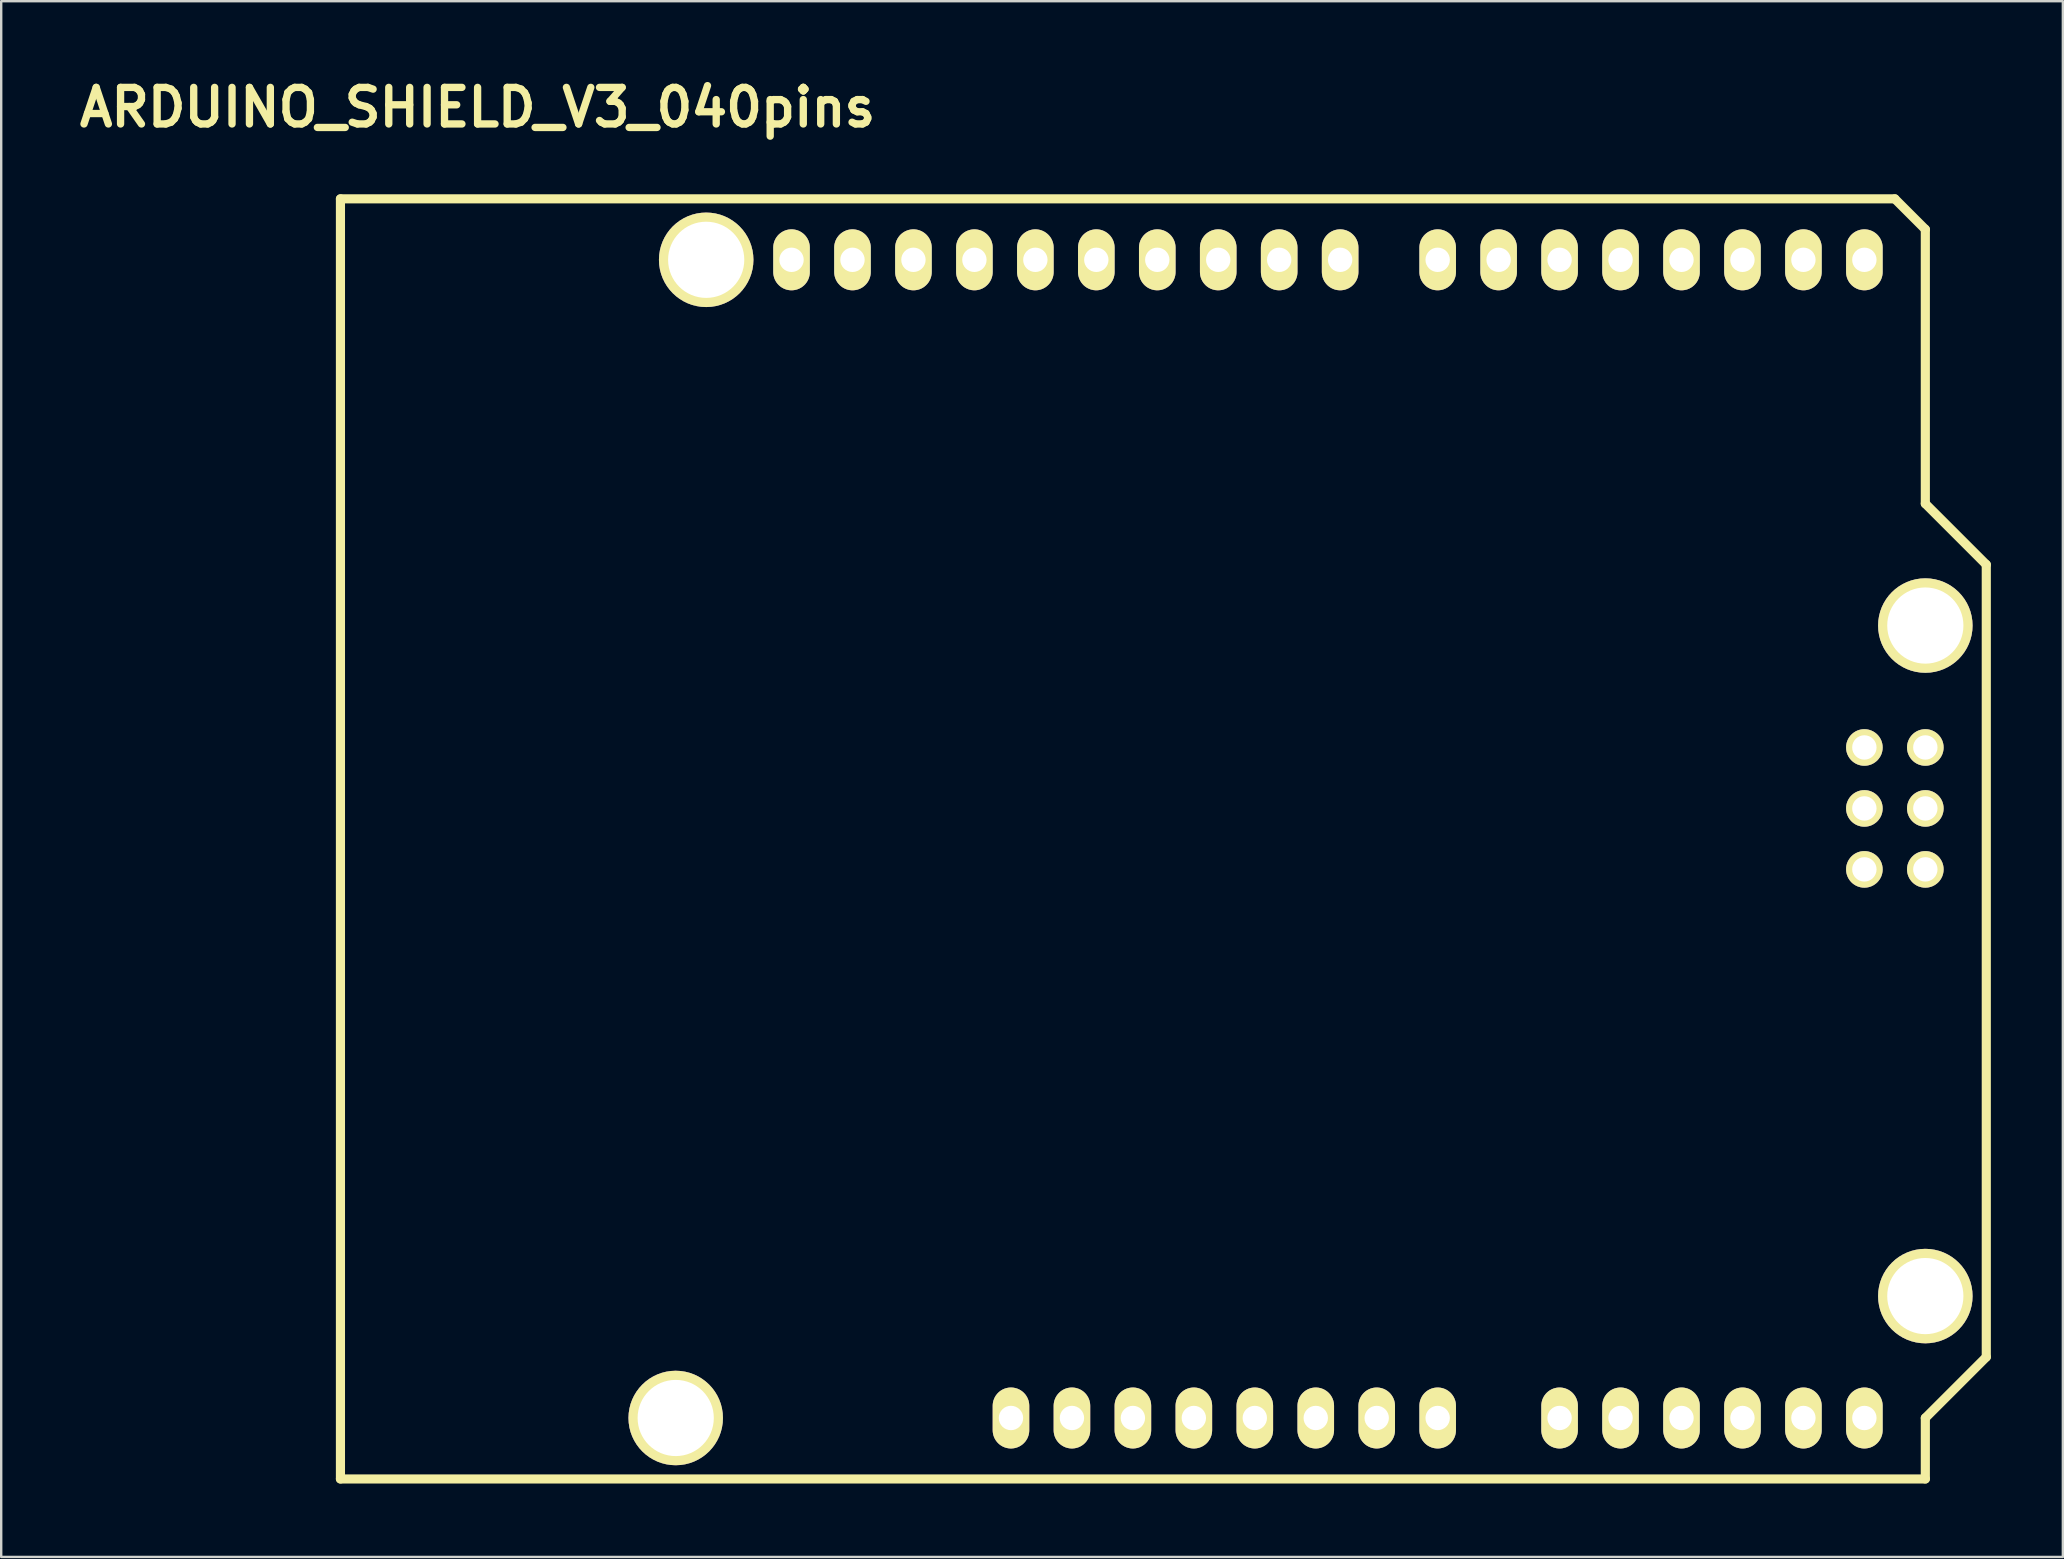
<source format=kicad_pcb>
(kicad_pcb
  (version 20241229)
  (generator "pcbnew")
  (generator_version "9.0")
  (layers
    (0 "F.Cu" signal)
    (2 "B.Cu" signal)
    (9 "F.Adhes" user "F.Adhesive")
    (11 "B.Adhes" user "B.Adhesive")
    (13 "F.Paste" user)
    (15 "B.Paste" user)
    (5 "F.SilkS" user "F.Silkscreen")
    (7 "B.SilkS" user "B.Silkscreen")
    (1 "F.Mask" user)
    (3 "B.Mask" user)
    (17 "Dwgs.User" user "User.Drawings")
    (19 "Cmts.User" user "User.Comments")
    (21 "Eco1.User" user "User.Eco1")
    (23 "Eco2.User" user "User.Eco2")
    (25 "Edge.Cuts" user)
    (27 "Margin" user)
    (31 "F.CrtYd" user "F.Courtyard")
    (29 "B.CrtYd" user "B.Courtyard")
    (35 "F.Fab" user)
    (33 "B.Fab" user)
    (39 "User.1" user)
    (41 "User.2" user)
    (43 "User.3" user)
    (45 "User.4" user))
  (footprint "ARDUINO_SHIELD_V3_040pins"
    (layer "F.Cu")
    (at 11.136 58.576)
    (property "Reference" "ARDUINO_SHIELD_V3_040pins" (at 5.715 -57.15 0) (layer "F.SilkS") (effects (font (size 1.524 1.524) (thickness 0.305))))
    (attr through_hole)
    (fp_line (start 0 0) (end 0 -53.34) (stroke (width 0.381) (type solid)) (layer "F.SilkS"))
    (fp_line (start 64.77 -53.34) (end 0 -53.34) (stroke (width 0.381) (type solid)) (layer "F.SilkS"))
    (fp_line (start 66.04 -52.07) (end 64.77 -53.34) (stroke (width 0.381) (type solid)) (layer "F.SilkS"))
    (fp_line (start 66.04 -40.64) (end 66.04 -52.07) (stroke (width 0.381) (type solid)) (layer "F.SilkS"))
    (fp_line (start 66.04 -40.64) (end 68.58 -38.1) (stroke (width 0.381) (type solid)) (layer "F.SilkS"))
    (fp_line (start 66.04 -2.54) (end 66.04 0) (stroke (width 0.381) (type solid)) (layer "F.SilkS"))
    (fp_line (start 66.04 0) (end 0 0) (stroke (width 0.381) (type solid)) (layer "F.SilkS"))
    (fp_line (start 68.58 -38.1) (end 68.58 -5.08) (stroke (width 0.381) (type solid)) (layer "F.SilkS"))
    (fp_line (start 68.58 -5.08) (end 66.04 -2.54) (stroke (width 0.381) (type solid)) (layer "F.SilkS"))
    (pad "" thru_hole circle (at 13.97 -2.54 90) (size 3.937 3.937) (drill 3.175) (layers "*.Cu" "*.Mask" "F.SilkS"))
    (pad "" thru_hole circle (at 15.24 -50.8 90) (size 3.937 3.937) (drill 3.175) (layers "*.Cu" "*.Mask" "F.SilkS"))
    (pad "" thru_hole circle (at 66.04 -35.56 90) (size 3.937 3.937) (drill 3.175) (layers "*.Cu" "*.Mask" "F.SilkS"))
    (pad "" thru_hole circle (at 66.04 -7.62 90) (size 3.937 3.937) (drill 3.175) (layers "*.Cu" "*.Mask" "F.SilkS"))
    (pad "0" thru_hole oval (at 63.5 -50.8 90) (size 2.54 1.524) (drill 1.016) (layers "*.Cu" "*.Mask" "F.SilkS"))
    (pad "1" thru_hole oval (at 60.96 -50.8 90) (size 2.54 1.524) (drill 1.016) (layers "*.Cu" "*.Mask" "F.SilkS"))
    (pad "2" thru_hole oval (at 58.42 -50.8 90) (size 2.54 1.524) (drill 1.016) (layers "*.Cu" "*.Mask" "F.SilkS"))
    (pad "3" thru_hole oval (at 55.88 -50.8 90) (size 2.54 1.524) (drill 1.016) (layers "*.Cu" "*.Mask" "F.SilkS"))
    (pad "3V3" thru_hole oval (at 35.56 -2.54 90) (size 2.54 1.524) (drill 1.016) (layers "*.Cu" "*.Mask" "F.SilkS"))
    (pad "4" thru_hole oval (at 53.34 -50.8 90) (size 2.54 1.524) (drill 1.016) (layers "*.Cu" "*.Mask" "F.SilkS"))
    (pad "5" thru_hole oval (at 50.8 -50.8 90) (size 2.54 1.524) (drill 1.016) (layers "*.Cu" "*.Mask" "F.SilkS"))
    (pad "5V" thru_hole oval (at 38.1 -2.54 90) (size 2.54 1.524) (drill 1.016) (layers "*.Cu" "*.Mask" "F.SilkS"))
    (pad "6" thru_hole oval (at 48.26 -50.8 90) (size 2.54 1.524) (drill 1.016) (layers "*.Cu" "*.Mask" "F.SilkS"))
    (pad "7" thru_hole oval (at 45.72 -50.8 90) (size 2.54 1.524) (drill 1.016) (layers "*.Cu" "*.Mask" "F.SilkS"))
    (pad "8" thru_hole oval (at 41.656 -50.8 90) (size 2.54 1.524) (drill 1.016) (layers "*.Cu" "*.Mask" "F.SilkS"))
    (pad "9" thru_hole oval (at 39.116 -50.8 90) (size 2.54 1.524) (drill 1.016) (layers "*.Cu" "*.Mask" "F.SilkS"))
    (pad "10" thru_hole oval (at 36.576 -50.8 90) (size 2.54 1.524) (drill 1.016) (layers "*.Cu" "*.Mask" "F.SilkS"))
    (pad "11" thru_hole oval (at 34.036 -50.8 90) (size 2.54 1.524) (drill 1.016) (layers "*.Cu" "*.Mask" "F.SilkS"))
    (pad "12" thru_hole oval (at 31.496 -50.8 90) (size 2.54 1.524) (drill 1.016) (layers "*.Cu" "*.Mask" "F.SilkS"))
    (pad "13" thru_hole oval (at 28.956 -50.8 90) (size 2.54 1.524) (drill 1.016) (layers "*.Cu" "*.Mask" "F.SilkS"))
    (pad "AD0" thru_hole oval (at 50.8 -2.54 90) (size 2.54 1.524) (drill 1.016) (layers "*.Cu" "*.Mask" "F.SilkS"))
    (pad "AD1" thru_hole oval (at 53.34 -2.54 90) (size 2.54 1.524) (drill 1.016) (layers "*.Cu" "*.Mask" "F.SilkS"))
    (pad "AD2" thru_hole oval (at 55.88 -2.54 90) (size 2.54 1.524) (drill 1.016) (layers "*.Cu" "*.Mask" "F.SilkS"))
    (pad "AD3" thru_hole oval (at 58.42 -2.54 90) (size 2.54 1.524) (drill 1.016) (layers "*.Cu" "*.Mask" "F.SilkS"))
    (pad "AD4" thru_hole oval (at 60.96 -2.54 90) (size 2.54 1.524) (drill 1.016) (layers "*.Cu" "*.Mask" "F.SilkS"))
    (pad "AD5" thru_hole oval (at 63.5 -2.54 90) (size 2.54 1.524) (drill 1.016) (layers "*.Cu" "*.Mask" "F.SilkS"))
    (pad "AREF" thru_hole oval (at 23.876 -50.8 90) (size 2.54 1.524) (drill 1.016) (layers "*.Cu" "*.Mask" "F.SilkS"))
    (pad "GND1" thru_hole oval (at 40.64 -2.54 90) (size 2.54 1.524) (drill 1.016) (layers "*.Cu" "*.Mask" "F.SilkS"))
    (pad "GND2" thru_hole oval (at 43.18 -2.54 90) (size 2.54 1.524) (drill 1.016) (layers "*.Cu" "*.Mask" "F.SilkS"))
    (pad "GND3" thru_hole oval (at 26.416 -50.8 90) (size 2.54 1.524) (drill 1.016) (layers "*.Cu" "*.Mask" "F.SilkS"))
    (pad "IORE" thru_hole oval (at 30.48 -2.54 90) (size 2.54 1.524) (drill 1.016) (layers "*.Cu" "*.Mask" "F.SilkS"))
    (pad "ISP1" thru_hole circle (at 63.5 -30.48) (size 1.524 1.524) (drill 1.016) (layers "*.Cu" "*.Mask" "F.SilkS"))
    (pad "ISP2" thru_hole circle (at 66.04 -30.48) (size 1.524 1.524) (drill 1.016) (layers "*.Cu" "*.Mask" "F.SilkS"))
    (pad "ISP3" thru_hole circle (at 63.5 -27.94) (size 1.524 1.524) (drill 1.016) (layers "*.Cu" "*.Mask" "F.SilkS"))
    (pad "ISP4" thru_hole circle (at 66.04 -27.94) (size 1.524 1.524) (drill 1.016) (layers "*.Cu" "*.Mask" "F.SilkS"))
    (pad "ISP5" thru_hole circle (at 63.5 -25.4) (size 1.524 1.524) (drill 1.016) (layers "*.Cu" "*.Mask" "F.SilkS"))
    (pad "ISP6" thru_hole circle (at 66.04 -25.4) (size 1.524 1.524) (drill 1.016) (layers "*.Cu" "*.Mask" "F.SilkS"))
    (pad "NC" thru_hole oval (at 27.94 -2.54 90) (size 2.54 1.524) (drill 1.016) (layers "*.Cu" "*.Mask" "F.SilkS"))
    (pad "RST" thru_hole oval (at 33.02 -2.54 90) (size 2.54 1.524) (drill 1.016) (layers "*.Cu" "*.Mask" "F.SilkS"))
    (pad "SCL" thru_hole oval (at 18.796 -50.8 90) (size 2.54 1.524) (drill 1.016) (layers "*.Cu" "*.Mask" "F.SilkS"))
    (pad "SDA" thru_hole oval (at 21.336 -50.8 90) (size 2.54 1.524) (drill 1.016) (layers "*.Cu" "*.Mask" "F.SilkS"))
    (pad "V_IN" thru_hole oval (at 45.72 -2.54 90) (size 2.54 1.524) (drill 1.016) (layers "*.Cu" "*.Mask" "F.SilkS")))
  (gr_rect
    (start -3 -3)
    (end 82.907 61.826)
    (stroke (width 0.1) (type default))
    (fill no)
    (layer "Edge.Cuts")))
</source>
